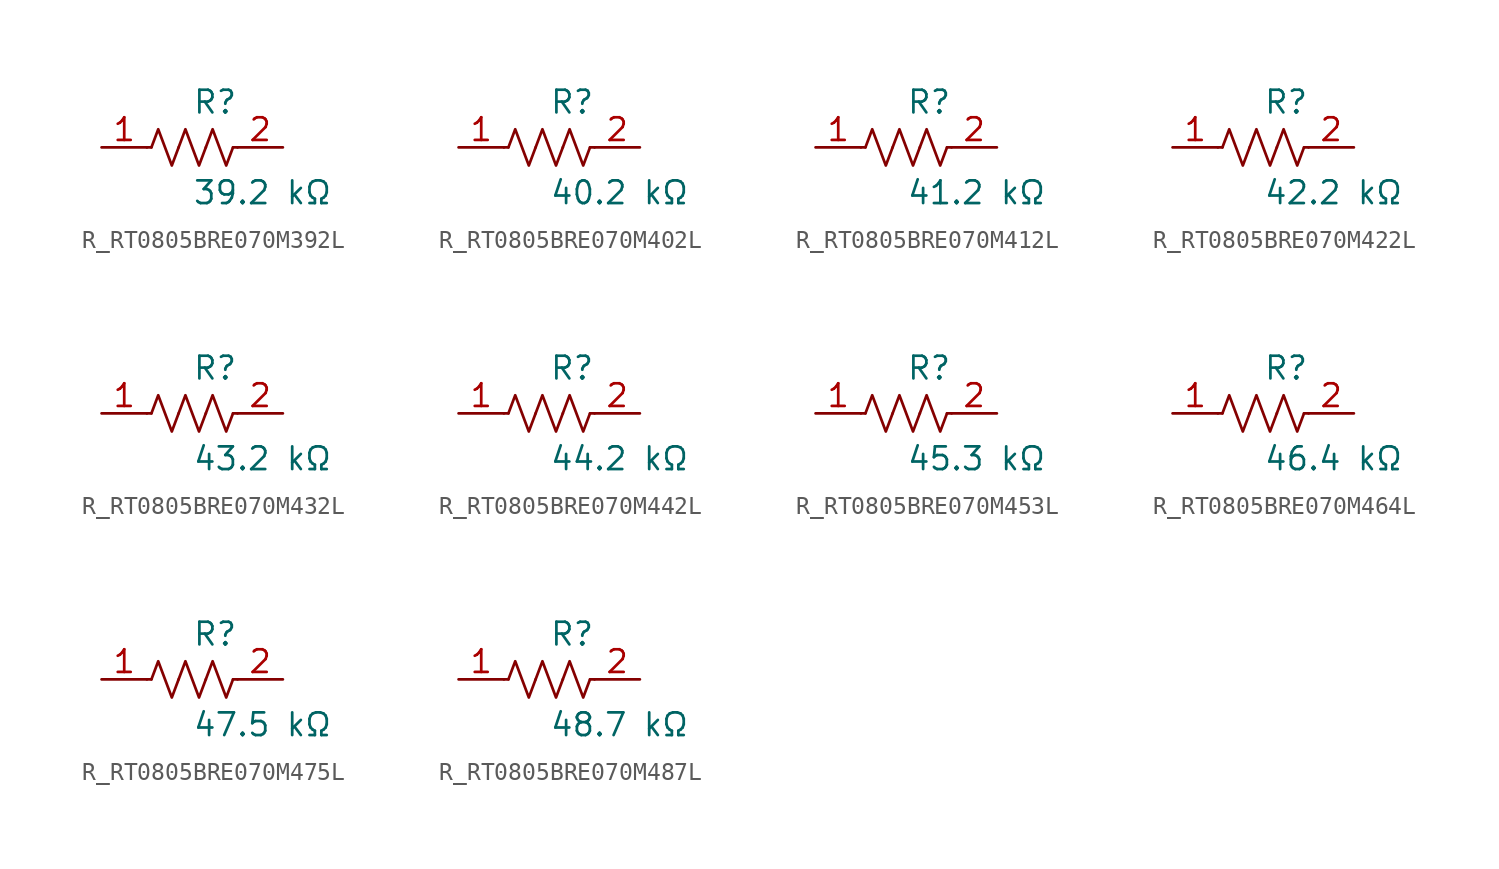
<source format=kicad_sym>
(kicad_symbol_lib
  (version 20231120)
  (generator kicad_symbol_editor)
  (generator_version 8.0)
  (symbol "R_RT0805BRE070M392L"
    (pin_names
      (offset 0.254))
    (property "Reference" "R"
      (at 0.0 2.54 0)
      (effects (font (size 1.27 1.27)) (justify left)))
    (property "Value" "39.2 kΩ"
      (at 0.0 -2.54 0)
      (effects (font (size 1.27 1.27)) (justify left)))
    (symbol "R_RT0805BRE070M392L_0_1"
      (polyline (pts (xy 2.286 0) (xy 2.54 0)) (stroke (width 0) (type default)) (fill (type none)))
      (polyline (pts (xy -2.286 0) (xy -2.54 0)) (stroke (width 0) (type default)) (fill (type none)))
      (polyline (pts (xy 0.762 0) (xy 1.143 1.016) (xy 1.524 0) (xy 1.905 -1.016) (xy 2.286 0)) (stroke (width 0) (type default)) (fill (type none)))
      (polyline (pts (xy -0.762 0) (xy -0.381 1.016) (xy 0 0) (xy 0.381 -1.016) (xy 0.762 0)) (stroke (width 0) (type default)) (fill (type none)))
      (polyline (pts (xy -2.286 0) (xy -1.905 1.016) (xy -1.524 0) (xy -1.143 -1.016) (xy -0.762 0)) (stroke (width 0) (type default)) (fill (type none))))
    (pin unspecified line
      (at -5.08 0 0)
      (length 2.54)
      (name "" (effects (font (size 1.27 1.27))))
      (number "1" (effects (font (size 1.27 1.27)))))
    (pin unspecified line
      (at 5.08 0 180)
      (length 2.54)
      (name "" (effects (font (size 1.27 1.27))))
      (number "2" (effects (font (size 1.27 1.27))))))
  (symbol "R_RT0805BRE070M402L"
    (pin_names
      (offset 0.254))
    (property "Reference" "R"
      (at 0.0 2.54 0)
      (effects (font (size 1.27 1.27)) (justify left)))
    (property "Value" "40.2 kΩ"
      (at 0.0 -2.54 0)
      (effects (font (size 1.27 1.27)) (justify left)))
    (symbol "R_RT0805BRE070M402L_0_1"
      (polyline (pts (xy 2.286 0) (xy 2.54 0)) (stroke (width 0) (type default)) (fill (type none)))
      (polyline (pts (xy -2.286 0) (xy -2.54 0)) (stroke (width 0) (type default)) (fill (type none)))
      (polyline (pts (xy 0.762 0) (xy 1.143 1.016) (xy 1.524 0) (xy 1.905 -1.016) (xy 2.286 0)) (stroke (width 0) (type default)) (fill (type none)))
      (polyline (pts (xy -0.762 0) (xy -0.381 1.016) (xy 0 0) (xy 0.381 -1.016) (xy 0.762 0)) (stroke (width 0) (type default)) (fill (type none)))
      (polyline (pts (xy -2.286 0) (xy -1.905 1.016) (xy -1.524 0) (xy -1.143 -1.016) (xy -0.762 0)) (stroke (width 0) (type default)) (fill (type none))))
    (pin unspecified line
      (at -5.08 0 0)
      (length 2.54)
      (name "" (effects (font (size 1.27 1.27))))
      (number "1" (effects (font (size 1.27 1.27)))))
    (pin unspecified line
      (at 5.08 0 180)
      (length 2.54)
      (name "" (effects (font (size 1.27 1.27))))
      (number "2" (effects (font (size 1.27 1.27))))))
  (symbol "R_RT0805BRE070M412L"
    (pin_names
      (offset 0.254))
    (property "Reference" "R"
      (at 0.0 2.54 0)
      (effects (font (size 1.27 1.27)) (justify left)))
    (property "Value" "41.2 kΩ"
      (at 0.0 -2.54 0)
      (effects (font (size 1.27 1.27)) (justify left)))
    (symbol "R_RT0805BRE070M412L_0_1"
      (polyline (pts (xy 2.286 0) (xy 2.54 0)) (stroke (width 0) (type default)) (fill (type none)))
      (polyline (pts (xy -2.286 0) (xy -2.54 0)) (stroke (width 0) (type default)) (fill (type none)))
      (polyline (pts (xy 0.762 0) (xy 1.143 1.016) (xy 1.524 0) (xy 1.905 -1.016) (xy 2.286 0)) (stroke (width 0) (type default)) (fill (type none)))
      (polyline (pts (xy -0.762 0) (xy -0.381 1.016) (xy 0 0) (xy 0.381 -1.016) (xy 0.762 0)) (stroke (width 0) (type default)) (fill (type none)))
      (polyline (pts (xy -2.286 0) (xy -1.905 1.016) (xy -1.524 0) (xy -1.143 -1.016) (xy -0.762 0)) (stroke (width 0) (type default)) (fill (type none))))
    (pin unspecified line
      (at -5.08 0 0)
      (length 2.54)
      (name "" (effects (font (size 1.27 1.27))))
      (number "1" (effects (font (size 1.27 1.27)))))
    (pin unspecified line
      (at 5.08 0 180)
      (length 2.54)
      (name "" (effects (font (size 1.27 1.27))))
      (number "2" (effects (font (size 1.27 1.27))))))
  (symbol "R_RT0805BRE070M422L"
    (pin_names
      (offset 0.254))
    (property "Reference" "R"
      (at 0.0 2.54 0)
      (effects (font (size 1.27 1.27)) (justify left)))
    (property "Value" "42.2 kΩ"
      (at 0.0 -2.54 0)
      (effects (font (size 1.27 1.27)) (justify left)))
    (symbol "R_RT0805BRE070M422L_0_1"
      (polyline (pts (xy 2.286 0) (xy 2.54 0)) (stroke (width 0) (type default)) (fill (type none)))
      (polyline (pts (xy -2.286 0) (xy -2.54 0)) (stroke (width 0) (type default)) (fill (type none)))
      (polyline (pts (xy 0.762 0) (xy 1.143 1.016) (xy 1.524 0) (xy 1.905 -1.016) (xy 2.286 0)) (stroke (width 0) (type default)) (fill (type none)))
      (polyline (pts (xy -0.762 0) (xy -0.381 1.016) (xy 0 0) (xy 0.381 -1.016) (xy 0.762 0)) (stroke (width 0) (type default)) (fill (type none)))
      (polyline (pts (xy -2.286 0) (xy -1.905 1.016) (xy -1.524 0) (xy -1.143 -1.016) (xy -0.762 0)) (stroke (width 0) (type default)) (fill (type none))))
    (pin unspecified line
      (at -5.08 0 0)
      (length 2.54)
      (name "" (effects (font (size 1.27 1.27))))
      (number "1" (effects (font (size 1.27 1.27)))))
    (pin unspecified line
      (at 5.08 0 180)
      (length 2.54)
      (name "" (effects (font (size 1.27 1.27))))
      (number "2" (effects (font (size 1.27 1.27))))))
  (symbol "R_RT0805BRE070M432L"
    (pin_names
      (offset 0.254))
    (property "Reference" "R"
      (at 0.0 2.54 0)
      (effects (font (size 1.27 1.27)) (justify left)))
    (property "Value" "43.2 kΩ"
      (at 0.0 -2.54 0)
      (effects (font (size 1.27 1.27)) (justify left)))
    (symbol "R_RT0805BRE070M432L_0_1"
      (polyline (pts (xy 2.286 0) (xy 2.54 0)) (stroke (width 0) (type default)) (fill (type none)))
      (polyline (pts (xy -2.286 0) (xy -2.54 0)) (stroke (width 0) (type default)) (fill (type none)))
      (polyline (pts (xy 0.762 0) (xy 1.143 1.016) (xy 1.524 0) (xy 1.905 -1.016) (xy 2.286 0)) (stroke (width 0) (type default)) (fill (type none)))
      (polyline (pts (xy -0.762 0) (xy -0.381 1.016) (xy 0 0) (xy 0.381 -1.016) (xy 0.762 0)) (stroke (width 0) (type default)) (fill (type none)))
      (polyline (pts (xy -2.286 0) (xy -1.905 1.016) (xy -1.524 0) (xy -1.143 -1.016) (xy -0.762 0)) (stroke (width 0) (type default)) (fill (type none))))
    (pin unspecified line
      (at -5.08 0 0)
      (length 2.54)
      (name "" (effects (font (size 1.27 1.27))))
      (number "1" (effects (font (size 1.27 1.27)))))
    (pin unspecified line
      (at 5.08 0 180)
      (length 2.54)
      (name "" (effects (font (size 1.27 1.27))))
      (number "2" (effects (font (size 1.27 1.27))))))
  (symbol "R_RT0805BRE070M442L"
    (pin_names
      (offset 0.254))
    (property "Reference" "R"
      (at 0.0 2.54 0)
      (effects (font (size 1.27 1.27)) (justify left)))
    (property "Value" "44.2 kΩ"
      (at 0.0 -2.54 0)
      (effects (font (size 1.27 1.27)) (justify left)))
    (symbol "R_RT0805BRE070M442L_0_1"
      (polyline (pts (xy 2.286 0) (xy 2.54 0)) (stroke (width 0) (type default)) (fill (type none)))
      (polyline (pts (xy -2.286 0) (xy -2.54 0)) (stroke (width 0) (type default)) (fill (type none)))
      (polyline (pts (xy 0.762 0) (xy 1.143 1.016) (xy 1.524 0) (xy 1.905 -1.016) (xy 2.286 0)) (stroke (width 0) (type default)) (fill (type none)))
      (polyline (pts (xy -0.762 0) (xy -0.381 1.016) (xy 0 0) (xy 0.381 -1.016) (xy 0.762 0)) (stroke (width 0) (type default)) (fill (type none)))
      (polyline (pts (xy -2.286 0) (xy -1.905 1.016) (xy -1.524 0) (xy -1.143 -1.016) (xy -0.762 0)) (stroke (width 0) (type default)) (fill (type none))))
    (pin unspecified line
      (at -5.08 0 0)
      (length 2.54)
      (name "" (effects (font (size 1.27 1.27))))
      (number "1" (effects (font (size 1.27 1.27)))))
    (pin unspecified line
      (at 5.08 0 180)
      (length 2.54)
      (name "" (effects (font (size 1.27 1.27))))
      (number "2" (effects (font (size 1.27 1.27))))))
  (symbol "R_RT0805BRE070M453L"
    (pin_names
      (offset 0.254))
    (property "Reference" "R"
      (at 0.0 2.54 0)
      (effects (font (size 1.27 1.27)) (justify left)))
    (property "Value" "45.3 kΩ"
      (at 0.0 -2.54 0)
      (effects (font (size 1.27 1.27)) (justify left)))
    (symbol "R_RT0805BRE070M453L_0_1"
      (polyline (pts (xy 2.286 0) (xy 2.54 0)) (stroke (width 0) (type default)) (fill (type none)))
      (polyline (pts (xy -2.286 0) (xy -2.54 0)) (stroke (width 0) (type default)) (fill (type none)))
      (polyline (pts (xy 0.762 0) (xy 1.143 1.016) (xy 1.524 0) (xy 1.905 -1.016) (xy 2.286 0)) (stroke (width 0) (type default)) (fill (type none)))
      (polyline (pts (xy -0.762 0) (xy -0.381 1.016) (xy 0 0) (xy 0.381 -1.016) (xy 0.762 0)) (stroke (width 0) (type default)) (fill (type none)))
      (polyline (pts (xy -2.286 0) (xy -1.905 1.016) (xy -1.524 0) (xy -1.143 -1.016) (xy -0.762 0)) (stroke (width 0) (type default)) (fill (type none))))
    (pin unspecified line
      (at -5.08 0 0)
      (length 2.54)
      (name "" (effects (font (size 1.27 1.27))))
      (number "1" (effects (font (size 1.27 1.27)))))
    (pin unspecified line
      (at 5.08 0 180)
      (length 2.54)
      (name "" (effects (font (size 1.27 1.27))))
      (number "2" (effects (font (size 1.27 1.27))))))
  (symbol "R_RT0805BRE070M464L"
    (pin_names
      (offset 0.254))
    (property "Reference" "R"
      (at 0.0 2.54 0)
      (effects (font (size 1.27 1.27)) (justify left)))
    (property "Value" "46.4 kΩ"
      (at 0.0 -2.54 0)
      (effects (font (size 1.27 1.27)) (justify left)))
    (symbol "R_RT0805BRE070M464L_0_1"
      (polyline (pts (xy 2.286 0) (xy 2.54 0)) (stroke (width 0) (type default)) (fill (type none)))
      (polyline (pts (xy -2.286 0) (xy -2.54 0)) (stroke (width 0) (type default)) (fill (type none)))
      (polyline (pts (xy 0.762 0) (xy 1.143 1.016) (xy 1.524 0) (xy 1.905 -1.016) (xy 2.286 0)) (stroke (width 0) (type default)) (fill (type none)))
      (polyline (pts (xy -0.762 0) (xy -0.381 1.016) (xy 0 0) (xy 0.381 -1.016) (xy 0.762 0)) (stroke (width 0) (type default)) (fill (type none)))
      (polyline (pts (xy -2.286 0) (xy -1.905 1.016) (xy -1.524 0) (xy -1.143 -1.016) (xy -0.762 0)) (stroke (width 0) (type default)) (fill (type none))))
    (pin unspecified line
      (at -5.08 0 0)
      (length 2.54)
      (name "" (effects (font (size 1.27 1.27))))
      (number "1" (effects (font (size 1.27 1.27)))))
    (pin unspecified line
      (at 5.08 0 180)
      (length 2.54)
      (name "" (effects (font (size 1.27 1.27))))
      (number "2" (effects (font (size 1.27 1.27))))))
  (symbol "R_RT0805BRE070M475L"
    (pin_names
      (offset 0.254))
    (property "Reference" "R"
      (at 0.0 2.54 0)
      (effects (font (size 1.27 1.27)) (justify left)))
    (property "Value" "47.5 kΩ"
      (at 0.0 -2.54 0)
      (effects (font (size 1.27 1.27)) (justify left)))
    (symbol "R_RT0805BRE070M475L_0_1"
      (polyline (pts (xy 2.286 0) (xy 2.54 0)) (stroke (width 0) (type default)) (fill (type none)))
      (polyline (pts (xy -2.286 0) (xy -2.54 0)) (stroke (width 0) (type default)) (fill (type none)))
      (polyline (pts (xy 0.762 0) (xy 1.143 1.016) (xy 1.524 0) (xy 1.905 -1.016) (xy 2.286 0)) (stroke (width 0) (type default)) (fill (type none)))
      (polyline (pts (xy -0.762 0) (xy -0.381 1.016) (xy 0 0) (xy 0.381 -1.016) (xy 0.762 0)) (stroke (width 0) (type default)) (fill (type none)))
      (polyline (pts (xy -2.286 0) (xy -1.905 1.016) (xy -1.524 0) (xy -1.143 -1.016) (xy -0.762 0)) (stroke (width 0) (type default)) (fill (type none))))
    (pin unspecified line
      (at -5.08 0 0)
      (length 2.54)
      (name "" (effects (font (size 1.27 1.27))))
      (number "1" (effects (font (size 1.27 1.27)))))
    (pin unspecified line
      (at 5.08 0 180)
      (length 2.54)
      (name "" (effects (font (size 1.27 1.27))))
      (number "2" (effects (font (size 1.27 1.27))))))
  (symbol "R_RT0805BRE070M487L"
    (pin_names
      (offset 0.254))
    (property "Reference" "R"
      (at 0.0 2.54 0)
      (effects (font (size 1.27 1.27)) (justify left)))
    (property "Value" "48.7 kΩ"
      (at 0.0 -2.54 0)
      (effects (font (size 1.27 1.27)) (justify left)))
    (symbol "R_RT0805BRE070M487L_0_1"
      (polyline (pts (xy 2.286 0) (xy 2.54 0)) (stroke (width 0) (type default)) (fill (type none)))
      (polyline (pts (xy -2.286 0) (xy -2.54 0)) (stroke (width 0) (type default)) (fill (type none)))
      (polyline (pts (xy 0.762 0) (xy 1.143 1.016) (xy 1.524 0) (xy 1.905 -1.016) (xy 2.286 0)) (stroke (width 0) (type default)) (fill (type none)))
      (polyline (pts (xy -0.762 0) (xy -0.381 1.016) (xy 0 0) (xy 0.381 -1.016) (xy 0.762 0)) (stroke (width 0) (type default)) (fill (type none)))
      (polyline (pts (xy -2.286 0) (xy -1.905 1.016) (xy -1.524 0) (xy -1.143 -1.016) (xy -0.762 0)) (stroke (width 0) (type default)) (fill (type none))))
    (pin unspecified line
      (at -5.08 0 0)
      (length 2.54)
      (name "" (effects (font (size 1.27 1.27))))
      (number "1" (effects (font (size 1.27 1.27)))))
    (pin unspecified line
      (at 5.08 0 180)
      (length 2.54)
      (name "" (effects (font (size 1.27 1.27))))
      (number "2" (effects (font (size 1.27 1.27)))))))
</source>
